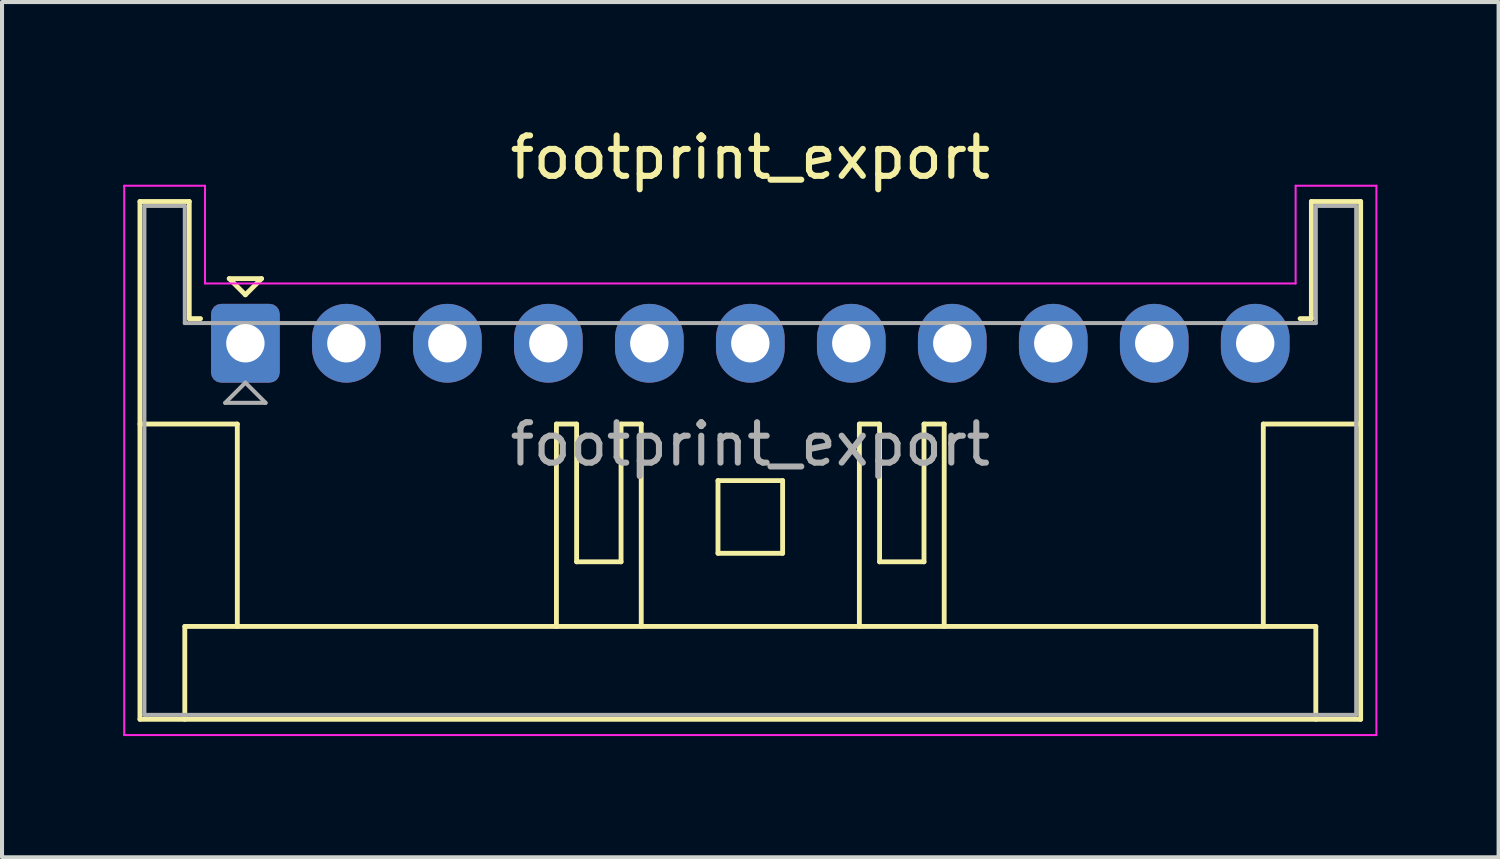
<source format=kicad_pcb>
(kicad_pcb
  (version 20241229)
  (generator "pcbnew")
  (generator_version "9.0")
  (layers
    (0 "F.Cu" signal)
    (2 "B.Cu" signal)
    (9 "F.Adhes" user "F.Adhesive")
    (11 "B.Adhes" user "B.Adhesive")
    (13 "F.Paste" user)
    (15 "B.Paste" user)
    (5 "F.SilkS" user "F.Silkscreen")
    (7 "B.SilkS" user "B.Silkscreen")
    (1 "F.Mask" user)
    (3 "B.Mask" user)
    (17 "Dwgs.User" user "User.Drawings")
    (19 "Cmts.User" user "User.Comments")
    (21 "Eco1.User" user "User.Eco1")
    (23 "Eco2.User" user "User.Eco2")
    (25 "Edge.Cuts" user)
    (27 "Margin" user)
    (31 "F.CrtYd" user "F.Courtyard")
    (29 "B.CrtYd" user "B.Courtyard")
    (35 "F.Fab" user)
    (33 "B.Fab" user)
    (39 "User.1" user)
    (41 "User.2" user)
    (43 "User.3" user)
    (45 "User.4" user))
  (footprint "footprint_export"
    (layer "F.Cu")
    (at 3.025 5.448)
    (property "Reference" "footprint_export" (at 12.5 -4.6 0) (layer "F.SilkS") (effects (font (size 1 1) (thickness 0.15))))
    (attr through_hole)
    (fp_line (start -2.61 -3.51) (end -2.61 9.31) (stroke (width 0.12) (type solid)) (layer "F.SilkS"))
    (fp_line (start -2.61 9.31) (end 27.61 9.31) (stroke (width 0.12) (type solid)) (layer "F.SilkS"))
    (fp_line (start -1.5 7.01) (end 26.5 7.01) (stroke (width 0.12) (type solid)) (layer "F.SilkS"))
    (fp_line (start -1.5 9.31) (end -1.5 7.01) (stroke (width 0.12) (type solid)) (layer "F.SilkS"))
    (fp_line (start -1.39 -3.51) (end -2.61 -3.51) (stroke (width 0.12) (type solid)) (layer "F.SilkS"))
    (fp_line (start -1.39 -0.61) (end -1.39 -3.51) (stroke (width 0.12) (type solid)) (layer "F.SilkS"))
    (fp_line (start -1.11 -0.61) (end -1.39 -0.61) (stroke (width 0.12) (type solid)) (layer "F.SilkS"))
    (fp_line (start -0.4 -1.6) (end 0.4 -1.6) (stroke (width 0.12) (type solid)) (layer "F.SilkS"))
    (fp_line (start -0.2 2) (end -2.61 2) (stroke (width 0.12) (type solid)) (layer "F.SilkS"))
    (fp_line (start -0.2 7.01) (end -0.2 2) (stroke (width 0.12) (type solid)) (layer "F.SilkS"))
    (fp_line (start 0 -1.2) (end -0.4 -1.6) (stroke (width 0.12) (type solid)) (layer "F.SilkS"))
    (fp_line (start 0.4 -1.6) (end 0 -1.2) (stroke (width 0.12) (type solid)) (layer "F.SilkS"))
    (fp_line (start 7.7 2) (end 7.7 7.01) (stroke (width 0.12) (type solid)) (layer "F.SilkS"))
    (fp_line (start 8.2 2) (end 7.7 2) (stroke (width 0.12) (type solid)) (layer "F.SilkS"))
    (fp_line (start 8.2 5.41) (end 8.2 2) (stroke (width 0.12) (type solid)) (layer "F.SilkS"))
    (fp_line (start 9.3 2) (end 9.3 5.41) (stroke (width 0.12) (type solid)) (layer "F.SilkS"))
    (fp_line (start 9.3 5.41) (end 8.2 5.41) (stroke (width 0.12) (type solid)) (layer "F.SilkS"))
    (fp_line (start 9.8 2) (end 9.3 2) (stroke (width 0.12) (type solid)) (layer "F.SilkS"))
    (fp_line (start 9.8 7.01) (end 9.8 2) (stroke (width 0.12) (type solid)) (layer "F.SilkS"))
    (fp_line (start 11.7 3.4) (end 13.3 3.4) (stroke (width 0.12) (type solid)) (layer "F.SilkS"))
    (fp_line (start 11.7 5.2) (end 11.7 3.4) (stroke (width 0.12) (type solid)) (layer "F.SilkS"))
    (fp_line (start 13.3 3.4) (end 13.3 5.2) (stroke (width 0.12) (type solid)) (layer "F.SilkS"))
    (fp_line (start 13.3 5.2) (end 11.7 5.2) (stroke (width 0.12) (type solid)) (layer "F.SilkS"))
    (fp_line (start 15.2 2) (end 15.7 2) (stroke (width 0.12) (type solid)) (layer "F.SilkS"))
    (fp_line (start 15.2 7.01) (end 15.2 2) (stroke (width 0.12) (type solid)) (layer "F.SilkS"))
    (fp_line (start 15.7 2) (end 15.7 5.41) (stroke (width 0.12) (type solid)) (layer "F.SilkS"))
    (fp_line (start 15.7 5.41) (end 16.8 5.41) (stroke (width 0.12) (type solid)) (layer "F.SilkS"))
    (fp_line (start 16.8 2) (end 17.3 2) (stroke (width 0.12) (type solid)) (layer "F.SilkS"))
    (fp_line (start 16.8 5.41) (end 16.8 2) (stroke (width 0.12) (type solid)) (layer "F.SilkS"))
    (fp_line (start 17.3 2) (end 17.3 7.01) (stroke (width 0.12) (type solid)) (layer "F.SilkS"))
    (fp_line (start 25.2 2) (end 27.61 2) (stroke (width 0.12) (type solid)) (layer "F.SilkS"))
    (fp_line (start 25.2 7.01) (end 25.2 2) (stroke (width 0.12) (type solid)) (layer "F.SilkS"))
    (fp_line (start 26.39 -3.51) (end 26.39 -0.61) (stroke (width 0.12) (type solid)) (layer "F.SilkS"))
    (fp_line (start 26.39 -0.61) (end 26.11 -0.61) (stroke (width 0.12) (type solid)) (layer "F.SilkS"))
    (fp_line (start 26.5 7.01) (end 26.5 9.31) (stroke (width 0.12) (type solid)) (layer "F.SilkS"))
    (fp_line (start 27.61 -3.51) (end 26.39 -3.51) (stroke (width 0.12) (type solid)) (layer "F.SilkS"))
    (fp_line (start 27.61 9.31) (end 27.61 -3.51) (stroke (width 0.12) (type solid)) (layer "F.SilkS"))
    (fp_line (start -3 -3.9) (end -3 9.7) (stroke (width 0.05) (type solid)) (layer "F.CrtYd"))
    (fp_line (start -3 9.7) (end 28 9.7) (stroke (width 0.05) (type solid)) (layer "F.CrtYd"))
    (fp_line (start -1 -3.9) (end -3 -3.9) (stroke (width 0.05) (type solid)) (layer "F.CrtYd"))
    (fp_line (start -1 -1.48) (end -1 -3.9) (stroke (width 0.05) (type solid)) (layer "F.CrtYd"))
    (fp_line (start 26 -3.9) (end 26 -1.48) (stroke (width 0.05) (type solid)) (layer "F.CrtYd"))
    (fp_line (start 26 -1.48) (end -1 -1.48) (stroke (width 0.05) (type solid)) (layer "F.CrtYd"))
    (fp_line (start 28 -3.9) (end 26 -3.9) (stroke (width 0.05) (type solid)) (layer "F.CrtYd"))
    (fp_line (start 28 9.7) (end 28 -3.9) (stroke (width 0.05) (type solid)) (layer "F.CrtYd"))
    (fp_line (start -2.5 -3.4) (end -2.5 9.2) (stroke (width 0.1) (type solid)) (layer "F.Fab"))
    (fp_line (start -2.5 9.2) (end 27.5 9.2) (stroke (width 0.1) (type solid)) (layer "F.Fab"))
    (fp_line (start -1.5 -3.4) (end -2.5 -3.4) (stroke (width 0.1) (type solid)) (layer "F.Fab"))
    (fp_line (start -1.5 -0.5) (end -1.5 -3.4) (stroke (width 0.1) (type solid)) (layer "F.Fab"))
    (fp_line (start -0.5 1.475) (end 0.5 1.475) (stroke (width 0.1) (type solid)) (layer "F.Fab"))
    (fp_line (start 0 0.975) (end -0.5 1.475) (stroke (width 0.1) (type solid)) (layer "F.Fab"))
    (fp_line (start 0.5 1.475) (end 0 0.975) (stroke (width 0.1) (type solid)) (layer "F.Fab"))
    (fp_line (start 26.5 -3.4) (end 26.5 -0.5) (stroke (width 0.1) (type solid)) (layer "F.Fab"))
    (fp_line (start 26.5 -0.5) (end -1.5 -0.5) (stroke (width 0.1) (type solid)) (layer "F.Fab"))
    (fp_line (start 27.5 -3.4) (end 26.5 -3.4) (stroke (width 0.1) (type solid)) (layer "F.Fab"))
    (fp_line (start 27.5 9.2) (end 27.5 -3.4) (stroke (width 0.1) (type solid)) (layer "F.Fab"))
    (fp_text user "${REFERENCE}" (at 12.5 2.5 0) (layer "F.Fab") (effects (font (size 1 1) (thickness 0.15))))
    (pad "1" thru_hole roundrect (at 0 0) (size 1.7 1.95) (drill 0.95) (layers "*.Cu" "*.Mask") (roundrect_rratio 0.147))
    (pad "2" thru_hole oval (at 2.5 0) (size 1.7 1.95) (drill 0.95) (layers "*.Cu" "*.Mask"))
    (pad "3" thru_hole oval (at 5 0) (size 1.7 1.95) (drill 0.95) (layers "*.Cu" "*.Mask"))
    (pad "4" thru_hole oval (at 7.5 0) (size 1.7 1.95) (drill 0.95) (layers "*.Cu" "*.Mask"))
    (pad "5" thru_hole oval (at 10 0) (size 1.7 1.95) (drill 0.95) (layers "*.Cu" "*.Mask"))
    (pad "6" thru_hole oval (at 12.5 0) (size 1.7 1.95) (drill 0.95) (layers "*.Cu" "*.Mask"))
    (pad "7" thru_hole oval (at 15 0) (size 1.7 1.95) (drill 0.95) (layers "*.Cu" "*.Mask"))
    (pad "8" thru_hole oval (at 17.5 0) (size 1.7 1.95) (drill 0.95) (layers "*.Cu" "*.Mask"))
    (pad "9" thru_hole oval (at 20 0) (size 1.7 1.95) (drill 0.95) (layers "*.Cu" "*.Mask"))
    (pad "10" thru_hole oval (at 22.5 0) (size 1.7 1.95) (drill 0.95) (layers "*.Cu" "*.Mask"))
    (pad "11" thru_hole oval (at 25 0) (size 1.7 1.95) (drill 0.95) (layers "*.Cu" "*.Mask")))
  (gr_rect
    (start -3 -3)
    (end 34.05 18.173)
    (stroke (width 0.1) (type default))
    (fill no)
    (layer "Edge.Cuts")))
</source>
